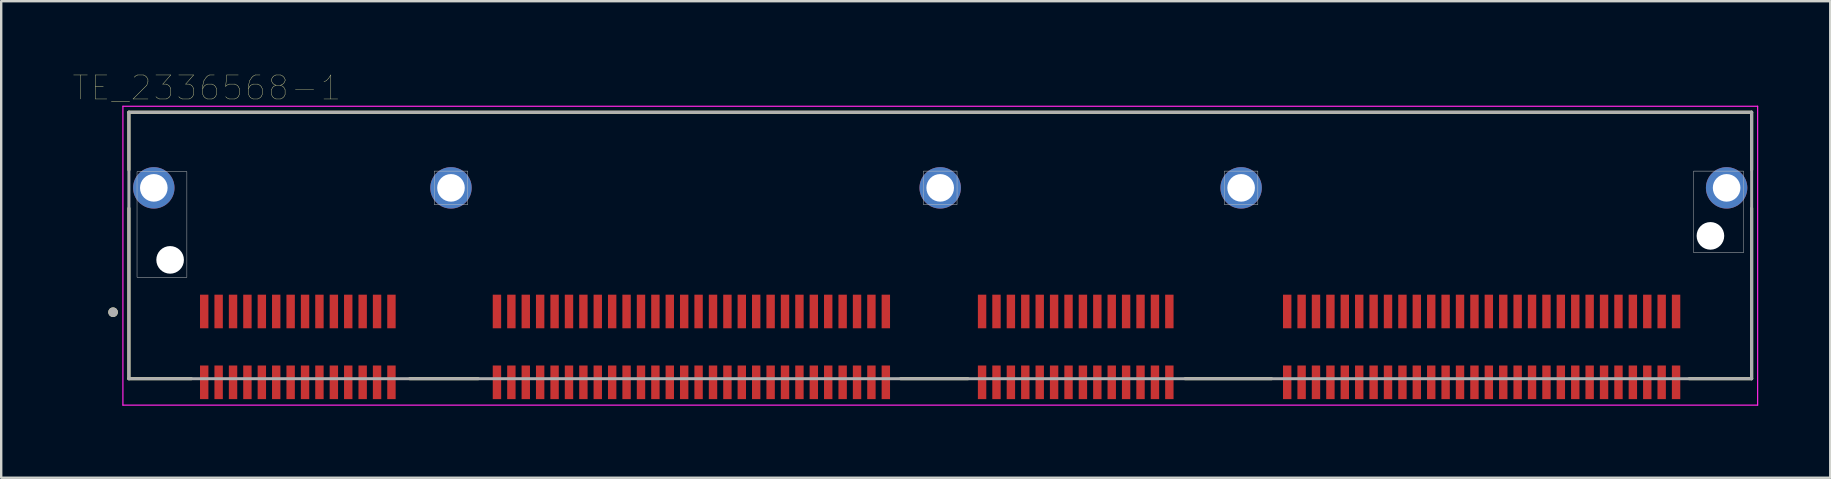
<source format=kicad_pcb>
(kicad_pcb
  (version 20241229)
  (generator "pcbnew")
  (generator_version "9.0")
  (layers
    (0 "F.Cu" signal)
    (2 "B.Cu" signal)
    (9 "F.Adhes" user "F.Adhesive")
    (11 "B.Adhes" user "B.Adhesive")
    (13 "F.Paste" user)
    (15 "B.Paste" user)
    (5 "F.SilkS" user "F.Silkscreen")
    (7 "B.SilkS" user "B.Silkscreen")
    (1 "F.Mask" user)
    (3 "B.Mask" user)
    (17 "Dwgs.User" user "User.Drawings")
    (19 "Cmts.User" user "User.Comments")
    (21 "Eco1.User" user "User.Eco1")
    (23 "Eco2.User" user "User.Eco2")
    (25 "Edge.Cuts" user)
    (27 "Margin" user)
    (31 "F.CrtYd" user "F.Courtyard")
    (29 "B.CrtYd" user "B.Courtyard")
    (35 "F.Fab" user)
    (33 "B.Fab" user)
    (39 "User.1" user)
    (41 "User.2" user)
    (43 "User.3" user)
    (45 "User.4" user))
  (footprint "TE_2336568-1"
    (layer "F.Cu")
    (at 36.12 7.776)
    (property "Reference" "TE_2336568-1" (at -30.555 -7.165 0) (layer "F.SilkS") (effects (font (size 1 1) (thickness 0.015))))
    (attr through_hole)
    (fp_line (start -33.8 -6.15) (end 33.8 -6.15) (stroke (width 0.127) (type solid)) (layer "F.SilkS"))
    (fp_line (start -33.8 -3.75) (end -33.8 -6.15) (stroke (width 0.127) (type solid)) (layer "F.SilkS"))
    (fp_line (start -33.8 4.95) (end -33.8 -2.15) (stroke (width 0.127) (type solid)) (layer "F.SilkS"))
    (fp_line (start -33.8 4.95) (end -31.2 4.95) (stroke (width 0.127) (type solid)) (layer "F.SilkS"))
    (fp_line (start -22.1 4.95) (end -19.25 4.95) (stroke (width 0.127) (type solid)) (layer "F.SilkS"))
    (fp_line (start -1.65 4.95) (end 1.15 4.95) (stroke (width 0.127) (type solid)) (layer "F.SilkS"))
    (fp_line (start 10.2 4.95) (end 13.8 4.95) (stroke (width 0.127) (type solid)) (layer "F.SilkS"))
    (fp_line (start 33.8 -6.15) (end 33.8 -3.75) (stroke (width 0.127) (type solid)) (layer "F.SilkS"))
    (fp_line (start 33.8 -2.15) (end 33.8 4.95) (stroke (width 0.127) (type solid)) (layer "F.SilkS"))
    (fp_line (start 33.8 4.95) (end 31.2 4.95) (stroke (width 0.127) (type solid)) (layer "F.SilkS"))
    (fp_circle (center -34.46 2.18) (end -34.36 2.18) (stroke (width 0.2) (type solid)) (fill no) (layer "F.SilkS"))
    (fp_poly (pts (xy -33.462 -3.675) (xy -31.383 -3.675) (xy -31.383 0.725) (xy -33.462 0.725)) (stroke (width 0.01) (type solid)) (fill no) (layer "Dwgs.User"))
    (fp_poly (pts (xy -33.462 -3.675) (xy -31.383 -3.675) (xy -31.383 0.725) (xy -33.462 0.725)) (stroke (width 0.01) (type solid)) (fill no) (layer "Dwgs.User"))
    (fp_poly (pts (xy -21.082 -3.7) (xy -19.683 -3.7) (xy -19.683 -2.3) (xy -21.082 -2.3)) (stroke (width 0.01) (type solid)) (fill no) (layer "Dwgs.User"))
    (fp_poly (pts (xy -21.082 -3.7) (xy -19.683 -3.7) (xy -19.683 -2.3) (xy -21.082 -2.3)) (stroke (width 0.01) (type solid)) (fill no) (layer "Dwgs.User"))
    (fp_poly (pts (xy -0.703 -3.7) (xy 0.698 -3.7) (xy 0.698 -2.3) (xy -0.703 -2.3)) (stroke (width 0.01) (type solid)) (fill no) (layer "Dwgs.User"))
    (fp_poly (pts (xy -0.703 -3.7) (xy 0.698 -3.7) (xy 0.698 -2.3) (xy -0.703 -2.3)) (stroke (width 0.01) (type solid)) (fill no) (layer "Dwgs.User"))
    (fp_poly (pts (xy 11.832 -3.7) (xy 13.232 -3.7) (xy 13.232 -2.3) (xy 11.832 -2.3)) (stroke (width 0.01) (type solid)) (fill no) (layer "Dwgs.User"))
    (fp_poly (pts (xy 11.832 -3.7) (xy 13.232 -3.7) (xy 13.232 -2.3) (xy 11.832 -2.3)) (stroke (width 0.01) (type solid)) (fill no) (layer "Dwgs.User"))
    (fp_poly (pts (xy 31.383 -3.7) (xy 33.462 -3.7) (xy 33.462 -0.3) (xy 31.383 -0.3)) (stroke (width 0.01) (type solid)) (fill no) (layer "Dwgs.User"))
    (fp_poly (pts (xy 31.383 -3.7) (xy 33.462 -3.7) (xy 33.462 -0.3) (xy 31.383 -0.3)) (stroke (width 0.01) (type solid)) (fill no) (layer "Dwgs.User"))
    (fp_line (start -34.05 -6.4) (end 34.05 -6.4) (stroke (width 0.05) (type solid)) (layer "F.CrtYd"))
    (fp_line (start -34.05 6.05) (end -34.05 -6.4) (stroke (width 0.05) (type solid)) (layer "F.CrtYd"))
    (fp_line (start 34.05 -6.4) (end 34.05 6.05) (stroke (width 0.05) (type solid)) (layer "F.CrtYd"))
    (fp_line (start 34.05 6.05) (end -34.05 6.05) (stroke (width 0.05) (type solid)) (layer "F.CrtYd"))
    (fp_line (start -33.8 -6.15) (end 33.8 -6.15) (stroke (width 0.127) (type solid)) (layer "F.Fab"))
    (fp_line (start -33.8 4.95) (end -33.8 -6.15) (stroke (width 0.127) (type solid)) (layer "F.Fab"))
    (fp_line (start 33.8 -6.15) (end 33.8 4.95) (stroke (width 0.127) (type solid)) (layer "F.Fab"))
    (fp_line (start 33.8 4.95) (end -33.8 4.95) (stroke (width 0.127) (type solid)) (layer "F.Fab"))
    (fp_circle (center -34.46 2.18) (end -34.36 2.18) (stroke (width 0.2) (type solid)) (fill no) (layer "F.Fab"))
    (pad "" np_thru_hole circle (at -32.083 0) (size 1.15 1.15) (drill 1.15) (layers "*.Cu" "*.Mask"))
    (pad "" np_thru_hole circle (at 32.083 -1) (size 1.15 1.15) (drill 1.15) (layers "*.Cu" "*.Mask"))
    (pad "A1" smd rect (at -18.468 2.15) (size 0.35 1.4) (layers "F.Cu" "F.Mask" "F.Paste"))
    (pad "A2" smd rect (at -17.867 2.15) (size 0.35 1.4) (layers "F.Cu" "F.Mask" "F.Paste"))
    (pad "A3" smd rect (at -17.267 2.15) (size 0.35 1.4) (layers "F.Cu" "F.Mask" "F.Paste"))
    (pad "A4" smd rect (at -16.668 2.15) (size 0.35 1.4) (layers "F.Cu" "F.Mask" "F.Paste"))
    (pad "A5" smd rect (at -16.067 2.15) (size 0.35 1.4) (layers "F.Cu" "F.Mask" "F.Paste"))
    (pad "A6" smd rect (at -15.467 2.15) (size 0.35 1.4) (layers "F.Cu" "F.Mask" "F.Paste"))
    (pad "A7" smd rect (at -14.867 2.15) (size 0.35 1.4) (layers "F.Cu" "F.Mask" "F.Paste"))
    (pad "A8" smd rect (at -14.268 2.15) (size 0.35 1.4) (layers "F.Cu" "F.Mask" "F.Paste"))
    (pad "A9" smd rect (at -13.668 2.15) (size 0.35 1.4) (layers "F.Cu" "F.Mask" "F.Paste"))
    (pad "A10" smd rect (at -13.068 2.15) (size 0.35 1.4) (layers "F.Cu" "F.Mask" "F.Paste"))
    (pad "A11" smd rect (at -12.467 2.15) (size 0.35 1.4) (layers "F.Cu" "F.Mask" "F.Paste"))
    (pad "A12" smd rect (at -11.867 2.15) (size 0.35 1.4) (layers "F.Cu" "F.Mask" "F.Paste"))
    (pad "A13" smd rect (at -11.268 2.15) (size 0.35 1.4) (layers "F.Cu" "F.Mask" "F.Paste"))
    (pad "A14" smd rect (at -10.668 2.15) (size 0.35 1.4) (layers "F.Cu" "F.Mask" "F.Paste"))
    (pad "A15" smd rect (at -10.068 2.15) (size 0.35 1.4) (layers "F.Cu" "F.Mask" "F.Paste"))
    (pad "A16" smd rect (at -9.467 2.15) (size 0.35 1.4) (layers "F.Cu" "F.Mask" "F.Paste"))
    (pad "A17" smd rect (at -8.867 2.15) (size 0.35 1.4) (layers "F.Cu" "F.Mask" "F.Paste"))
    (pad "A18" smd rect (at -8.268 2.15) (size 0.35 1.4) (layers "F.Cu" "F.Mask" "F.Paste"))
    (pad "A19" smd rect (at -7.668 2.15) (size 0.35 1.4) (layers "F.Cu" "F.Mask" "F.Paste"))
    (pad "A20" smd rect (at -7.067 2.15) (size 0.35 1.4) (layers "F.Cu" "F.Mask" "F.Paste"))
    (pad "A21" smd rect (at -6.468 2.15) (size 0.35 1.4) (layers "F.Cu" "F.Mask" "F.Paste"))
    (pad "A22" smd rect (at -5.867 2.15) (size 0.35 1.4) (layers "F.Cu" "F.Mask" "F.Paste"))
    (pad "A23" smd rect (at -5.268 2.15) (size 0.35 1.4) (layers "F.Cu" "F.Mask" "F.Paste"))
    (pad "A24" smd rect (at -4.668 2.15) (size 0.35 1.4) (layers "F.Cu" "F.Mask" "F.Paste"))
    (pad "A25" smd rect (at -4.067 2.15) (size 0.35 1.4) (layers "F.Cu" "F.Mask" "F.Paste"))
    (pad "A26" smd rect (at -3.467 2.15) (size 0.35 1.4) (layers "F.Cu" "F.Mask" "F.Paste"))
    (pad "A27" smd rect (at -2.868 2.15) (size 0.35 1.4) (layers "F.Cu" "F.Mask" "F.Paste"))
    (pad "A28" smd rect (at -2.268 2.15) (size 0.35 1.4) (layers "F.Cu" "F.Mask" "F.Paste"))
    (pad "A29" smd rect (at 1.742 2.15) (size 0.35 1.4) (layers "F.Cu" "F.Mask" "F.Paste"))
    (pad "A30" smd rect (at 2.342 2.15) (size 0.35 1.4) (layers "F.Cu" "F.Mask" "F.Paste"))
    (pad "A31" smd rect (at 2.942 2.15) (size 0.35 1.4) (layers "F.Cu" "F.Mask" "F.Paste"))
    (pad "A32" smd rect (at 3.542 2.15) (size 0.35 1.4) (layers "F.Cu" "F.Mask" "F.Paste"))
    (pad "A33" smd rect (at 4.143 2.15) (size 0.35 1.4) (layers "F.Cu" "F.Mask" "F.Paste"))
    (pad "A34" smd rect (at 4.742 2.15) (size 0.35 1.4) (layers "F.Cu" "F.Mask" "F.Paste"))
    (pad "A35" smd rect (at 5.343 2.15) (size 0.35 1.4) (layers "F.Cu" "F.Mask" "F.Paste"))
    (pad "A36" smd rect (at 5.942 2.15) (size 0.35 1.4) (layers "F.Cu" "F.Mask" "F.Paste"))
    (pad "A37" smd rect (at 6.543 2.15) (size 0.35 1.4) (layers "F.Cu" "F.Mask" "F.Paste"))
    (pad "A38" smd rect (at 7.143 2.15) (size 0.35 1.4) (layers "F.Cu" "F.Mask" "F.Paste"))
    (pad "A39" smd rect (at 7.742 2.15) (size 0.35 1.4) (layers "F.Cu" "F.Mask" "F.Paste"))
    (pad "A40" smd rect (at 8.342 2.15) (size 0.35 1.4) (layers "F.Cu" "F.Mask" "F.Paste"))
    (pad "A41" smd rect (at 8.943 2.15) (size 0.35 1.4) (layers "F.Cu" "F.Mask" "F.Paste"))
    (pad "A42" smd rect (at 9.543 2.15) (size 0.35 1.4) (layers "F.Cu" "F.Mask" "F.Paste"))
    (pad "A43" smd rect (at 14.453 2.15) (size 0.35 1.4) (layers "F.Cu" "F.Mask" "F.Paste"))
    (pad "A44" smd rect (at 15.053 2.15) (size 0.35 1.4) (layers "F.Cu" "F.Mask" "F.Paste"))
    (pad "A45" smd rect (at 15.652 2.15) (size 0.35 1.4) (layers "F.Cu" "F.Mask" "F.Paste"))
    (pad "A46" smd rect (at 16.253 2.15) (size 0.35 1.4) (layers "F.Cu" "F.Mask" "F.Paste"))
    (pad "A47" smd rect (at 16.852 2.15) (size 0.35 1.4) (layers "F.Cu" "F.Mask" "F.Paste"))
    (pad "A48" smd rect (at 17.453 2.15) (size 0.35 1.4) (layers "F.Cu" "F.Mask" "F.Paste"))
    (pad "A49" smd rect (at 18.052 2.15) (size 0.35 1.4) (layers "F.Cu" "F.Mask" "F.Paste"))
    (pad "A50" smd rect (at 18.652 2.15) (size 0.35 1.4) (layers "F.Cu" "F.Mask" "F.Paste"))
    (pad "A51" smd rect (at 19.253 2.15) (size 0.35 1.4) (layers "F.Cu" "F.Mask" "F.Paste"))
    (pad "A52" smd rect (at 19.852 2.15) (size 0.35 1.4) (layers "F.Cu" "F.Mask" "F.Paste"))
    (pad "A53" smd rect (at 20.453 2.15) (size 0.35 1.4) (layers "F.Cu" "F.Mask" "F.Paste"))
    (pad "A54" smd rect (at 21.052 2.15) (size 0.35 1.4) (layers "F.Cu" "F.Mask" "F.Paste"))
    (pad "A55" smd rect (at 21.652 2.15) (size 0.35 1.4) (layers "F.Cu" "F.Mask" "F.Paste"))
    (pad "A56" smd rect (at 22.253 2.15) (size 0.35 1.4) (layers "F.Cu" "F.Mask" "F.Paste"))
    (pad "A57" smd rect (at 22.852 2.15) (size 0.35 1.4) (layers "F.Cu" "F.Mask" "F.Paste"))
    (pad "A58" smd rect (at 23.453 2.15) (size 0.35 1.4) (layers "F.Cu" "F.Mask" "F.Paste"))
    (pad "A59" smd rect (at 24.052 2.15) (size 0.35 1.4) (layers "F.Cu" "F.Mask" "F.Paste"))
    (pad "A60" smd rect (at 24.652 2.15) (size 0.35 1.4) (layers "F.Cu" "F.Mask" "F.Paste"))
    (pad "A61" smd rect (at 25.253 2.15) (size 0.35 1.4) (layers "F.Cu" "F.Mask" "F.Paste"))
    (pad "A62" smd rect (at 25.852 2.15) (size 0.35 1.4) (layers "F.Cu" "F.Mask" "F.Paste"))
    (pad "A63" smd rect (at 26.453 2.15) (size 0.35 1.4) (layers "F.Cu" "F.Mask" "F.Paste"))
    (pad "A64" smd rect (at 27.052 2.15) (size 0.35 1.4) (layers "F.Cu" "F.Mask" "F.Paste"))
    (pad "A65" smd rect (at 27.652 2.15) (size 0.35 1.4) (layers "F.Cu" "F.Mask" "F.Paste"))
    (pad "A66" smd rect (at 28.253 2.15) (size 0.35 1.4) (layers "F.Cu" "F.Mask" "F.Paste"))
    (pad "A67" smd rect (at 28.852 2.15) (size 0.35 1.4) (layers "F.Cu" "F.Mask" "F.Paste"))
    (pad "A68" smd rect (at 29.453 2.15) (size 0.35 1.4) (layers "F.Cu" "F.Mask" "F.Paste"))
    (pad "A69" smd rect (at 30.052 2.15) (size 0.35 1.4) (layers "F.Cu" "F.Mask" "F.Paste"))
    (pad "A70" smd rect (at 30.652 2.15) (size 0.35 1.4) (layers "F.Cu" "F.Mask" "F.Paste"))
    (pad "B1" smd rect (at -18.468 5.1) (size 0.35 1.4) (layers "F.Cu" "F.Mask" "F.Paste"))
    (pad "B2" smd rect (at -17.867 5.1) (size 0.35 1.4) (layers "F.Cu" "F.Mask" "F.Paste"))
    (pad "B3" smd rect (at -17.267 5.1) (size 0.35 1.4) (layers "F.Cu" "F.Mask" "F.Paste"))
    (pad "B4" smd rect (at -16.668 5.1) (size 0.35 1.4) (layers "F.Cu" "F.Mask" "F.Paste"))
    (pad "B5" smd rect (at -16.067 5.1) (size 0.35 1.4) (layers "F.Cu" "F.Mask" "F.Paste"))
    (pad "B6" smd rect (at -15.467 5.1) (size 0.35 1.4) (layers "F.Cu" "F.Mask" "F.Paste"))
    (pad "B7" smd rect (at -14.867 5.1) (size 0.35 1.4) (layers "F.Cu" "F.Mask" "F.Paste"))
    (pad "B8" smd rect (at -14.268 5.1) (size 0.35 1.4) (layers "F.Cu" "F.Mask" "F.Paste"))
    (pad "B9" smd rect (at -13.668 5.1) (size 0.35 1.4) (layers "F.Cu" "F.Mask" "F.Paste"))
    (pad "B10" smd rect (at -13.068 5.1) (size 0.35 1.4) (layers "F.Cu" "F.Mask" "F.Paste"))
    (pad "B11" smd rect (at -12.467 5.1) (size 0.35 1.4) (layers "F.Cu" "F.Mask" "F.Paste"))
    (pad "B12" smd rect (at -11.867 5.1) (size 0.35 1.4) (layers "F.Cu" "F.Mask" "F.Paste"))
    (pad "B13" smd rect (at -11.268 5.1) (size 0.35 1.4) (layers "F.Cu" "F.Mask" "F.Paste"))
    (pad "B14" smd rect (at -10.668 5.1) (size 0.35 1.4) (layers "F.Cu" "F.Mask" "F.Paste"))
    (pad "B15" smd rect (at -10.068 5.1) (size 0.35 1.4) (layers "F.Cu" "F.Mask" "F.Paste"))
    (pad "B16" smd rect (at -9.467 5.1) (size 0.35 1.4) (layers "F.Cu" "F.Mask" "F.Paste"))
    (pad "B17" smd rect (at -8.867 5.1) (size 0.35 1.4) (layers "F.Cu" "F.Mask" "F.Paste"))
    (pad "B18" smd rect (at -8.268 5.1) (size 0.35 1.4) (layers "F.Cu" "F.Mask" "F.Paste"))
    (pad "B19" smd rect (at -7.668 5.1) (size 0.35 1.4) (layers "F.Cu" "F.Mask" "F.Paste"))
    (pad "B20" smd rect (at -7.067 5.1) (size 0.35 1.4) (layers "F.Cu" "F.Mask" "F.Paste"))
    (pad "B21" smd rect (at -6.468 5.1) (size 0.35 1.4) (layers "F.Cu" "F.Mask" "F.Paste"))
    (pad "B22" smd rect (at -5.867 5.1) (size 0.35 1.4) (layers "F.Cu" "F.Mask" "F.Paste"))
    (pad "B23" smd rect (at -5.268 5.1) (size 0.35 1.4) (layers "F.Cu" "F.Mask" "F.Paste"))
    (pad "B24" smd rect (at -4.668 5.1) (size 0.35 1.4) (layers "F.Cu" "F.Mask" "F.Paste"))
    (pad "B25" smd rect (at -4.067 5.1) (size 0.35 1.4) (layers "F.Cu" "F.Mask" "F.Paste"))
    (pad "B26" smd rect (at -3.467 5.1) (size 0.35 1.4) (layers "F.Cu" "F.Mask" "F.Paste"))
    (pad "B27" smd rect (at -2.868 5.1) (size 0.35 1.4) (layers "F.Cu" "F.Mask" "F.Paste"))
    (pad "B28" smd rect (at -2.268 5.1) (size 0.35 1.4) (layers "F.Cu" "F.Mask" "F.Paste"))
    (pad "B29" smd rect (at 1.742 5.1) (size 0.35 1.4) (layers "F.Cu" "F.Mask" "F.Paste"))
    (pad "B30" smd rect (at 2.342 5.1) (size 0.35 1.4) (layers "F.Cu" "F.Mask" "F.Paste"))
    (pad "B31" smd rect (at 2.942 5.1) (size 0.35 1.4) (layers "F.Cu" "F.Mask" "F.Paste"))
    (pad "B32" smd rect (at 3.542 5.1) (size 0.35 1.4) (layers "F.Cu" "F.Mask" "F.Paste"))
    (pad "B33" smd rect (at 4.143 5.1) (size 0.35 1.4) (layers "F.Cu" "F.Mask" "F.Paste"))
    (pad "B34" smd rect (at 4.742 5.1) (size 0.35 1.4) (layers "F.Cu" "F.Mask" "F.Paste"))
    (pad "B35" smd rect (at 5.343 5.1) (size 0.35 1.4) (layers "F.Cu" "F.Mask" "F.Paste"))
    (pad "B36" smd rect (at 5.942 5.1) (size 0.35 1.4) (layers "F.Cu" "F.Mask" "F.Paste"))
    (pad "B37" smd rect (at 6.543 5.1) (size 0.35 1.4) (layers "F.Cu" "F.Mask" "F.Paste"))
    (pad "B38" smd rect (at 7.143 5.1) (size 0.35 1.4) (layers "F.Cu" "F.Mask" "F.Paste"))
    (pad "B39" smd rect (at 7.742 5.1) (size 0.35 1.4) (layers "F.Cu" "F.Mask" "F.Paste"))
    (pad "B40" smd rect (at 8.342 5.1) (size 0.35 1.4) (layers "F.Cu" "F.Mask" "F.Paste"))
    (pad "B41" smd rect (at 8.943 5.1) (size 0.35 1.4) (layers "F.Cu" "F.Mask" "F.Paste"))
    (pad "B42" smd rect (at 9.543 5.1) (size 0.35 1.4) (layers "F.Cu" "F.Mask" "F.Paste"))
    (pad "B43" smd rect (at 14.453 5.1) (size 0.35 1.4) (layers "F.Cu" "F.Mask" "F.Paste"))
    (pad "B44" smd rect (at 15.053 5.1) (size 0.35 1.4) (layers "F.Cu" "F.Mask" "F.Paste"))
    (pad "B45" smd rect (at 15.652 5.1) (size 0.35 1.4) (layers "F.Cu" "F.Mask" "F.Paste"))
    (pad "B46" smd rect (at 16.253 5.1) (size 0.35 1.4) (layers "F.Cu" "F.Mask" "F.Paste"))
    (pad "B47" smd rect (at 16.852 5.1) (size 0.35 1.4) (layers "F.Cu" "F.Mask" "F.Paste"))
    (pad "B48" smd rect (at 17.453 5.1) (size 0.35 1.4) (layers "F.Cu" "F.Mask" "F.Paste"))
    (pad "B49" smd rect (at 18.052 5.1) (size 0.35 1.4) (layers "F.Cu" "F.Mask" "F.Paste"))
    (pad "B50" smd rect (at 18.652 5.1) (size 0.35 1.4) (layers "F.Cu" "F.Mask" "F.Paste"))
    (pad "B51" smd rect (at 19.253 5.1) (size 0.35 1.4) (layers "F.Cu" "F.Mask" "F.Paste"))
    (pad "B52" smd rect (at 19.852 5.1) (size 0.35 1.4) (layers "F.Cu" "F.Mask" "F.Paste"))
    (pad "B53" smd rect (at 20.453 5.1) (size 0.35 1.4) (layers "F.Cu" "F.Mask" "F.Paste"))
    (pad "B54" smd rect (at 21.052 5.1) (size 0.35 1.4) (layers "F.Cu" "F.Mask" "F.Paste"))
    (pad "B55" smd rect (at 21.652 5.1) (size 0.35 1.4) (layers "F.Cu" "F.Mask" "F.Paste"))
    (pad "B56" smd rect (at 22.253 5.1) (size 0.35 1.4) (layers "F.Cu" "F.Mask" "F.Paste"))
    (pad "B57" smd rect (at 22.852 5.1) (size 0.35 1.4) (layers "F.Cu" "F.Mask" "F.Paste"))
    (pad "B58" smd rect (at 23.453 5.1) (size 0.35 1.4) (layers "F.Cu" "F.Mask" "F.Paste"))
    (pad "B59" smd rect (at 24.052 5.1) (size 0.35 1.4) (layers "F.Cu" "F.Mask" "F.Paste"))
    (pad "B60" smd rect (at 24.652 5.1) (size 0.35 1.4) (layers "F.Cu" "F.Mask" "F.Paste"))
    (pad "B61" smd rect (at 25.253 5.1) (size 0.35 1.4) (layers "F.Cu" "F.Mask" "F.Paste"))
    (pad "B62" smd rect (at 25.852 5.1) (size 0.35 1.4) (layers "F.Cu" "F.Mask" "F.Paste"))
    (pad "B63" smd rect (at 26.453 5.1) (size 0.35 1.4) (layers "F.Cu" "F.Mask" "F.Paste"))
    (pad "B64" smd rect (at 27.052 5.1) (size 0.35 1.4) (layers "F.Cu" "F.Mask" "F.Paste"))
    (pad "B65" smd rect (at 27.652 5.1) (size 0.35 1.4) (layers "F.Cu" "F.Mask" "F.Paste"))
    (pad "B66" smd rect (at 28.253 5.1) (size 0.35 1.4) (layers "F.Cu" "F.Mask" "F.Paste"))
    (pad "B67" smd rect (at 28.852 5.1) (size 0.35 1.4) (layers "F.Cu" "F.Mask" "F.Paste"))
    (pad "B68" smd rect (at 29.453 5.1) (size 0.35 1.4) (layers "F.Cu" "F.Mask" "F.Paste"))
    (pad "B69" smd rect (at 30.052 5.1) (size 0.35 1.4) (layers "F.Cu" "F.Mask" "F.Paste"))
    (pad "B70" smd rect (at 30.652 5.1) (size 0.35 1.4) (layers "F.Cu" "F.Mask" "F.Paste"))
    (pad "OA1" smd rect (at -30.663 2.15) (size 0.35 1.4) (layers "F.Cu" "F.Mask" "F.Paste"))
    (pad "OA2" smd rect (at -30.062 2.15) (size 0.35 1.4) (layers "F.Cu" "F.Mask" "F.Paste"))
    (pad "OA3" smd rect (at -29.462 2.15) (size 0.35 1.4) (layers "F.Cu" "F.Mask" "F.Paste"))
    (pad "OA4" smd rect (at -28.863 2.15) (size 0.35 1.4) (layers "F.Cu" "F.Mask" "F.Paste"))
    (pad "OA5" smd rect (at -28.262 2.15) (size 0.35 1.4) (layers "F.Cu" "F.Mask" "F.Paste"))
    (pad "OA6" smd rect (at -27.663 2.15) (size 0.35 1.4) (layers "F.Cu" "F.Mask" "F.Paste"))
    (pad "OA7" smd rect (at -27.062 2.15) (size 0.35 1.4) (layers "F.Cu" "F.Mask" "F.Paste"))
    (pad "OA8" smd rect (at -26.462 2.15) (size 0.35 1.4) (layers "F.Cu" "F.Mask" "F.Paste"))
    (pad "OA9" smd rect (at -25.863 2.15) (size 0.35 1.4) (layers "F.Cu" "F.Mask" "F.Paste"))
    (pad "OA10" smd rect (at -25.262 2.15) (size 0.35 1.4) (layers "F.Cu" "F.Mask" "F.Paste"))
    (pad "OA11" smd rect (at -24.663 2.15) (size 0.35 1.4) (layers "F.Cu" "F.Mask" "F.Paste"))
    (pad "OA12" smd rect (at -24.062 2.15) (size 0.35 1.4) (layers "F.Cu" "F.Mask" "F.Paste"))
    (pad "OA13" smd rect (at -23.462 2.15) (size 0.35 1.4) (layers "F.Cu" "F.Mask" "F.Paste"))
    (pad "OA14" smd rect (at -22.863 2.15) (size 0.35 1.4) (layers "F.Cu" "F.Mask" "F.Paste"))
    (pad "OB1" smd rect (at -30.663 5.1) (size 0.35 1.4) (layers "F.Cu" "F.Mask" "F.Paste"))
    (pad "OB2" smd rect (at -30.062 5.1) (size 0.35 1.4) (layers "F.Cu" "F.Mask" "F.Paste"))
    (pad "OB3" smd rect (at -29.462 5.1) (size 0.35 1.4) (layers "F.Cu" "F.Mask" "F.Paste"))
    (pad "OB4" smd rect (at -28.863 5.1) (size 0.35 1.4) (layers "F.Cu" "F.Mask" "F.Paste"))
    (pad "OB5" smd rect (at -28.262 5.1) (size 0.35 1.4) (layers "F.Cu" "F.Mask" "F.Paste"))
    (pad "OB6" smd rect (at -27.663 5.1) (size 0.35 1.4) (layers "F.Cu" "F.Mask" "F.Paste"))
    (pad "OB7" smd rect (at -27.062 5.1) (size 0.35 1.4) (layers "F.Cu" "F.Mask" "F.Paste"))
    (pad "OB8" smd rect (at -26.462 5.1) (size 0.35 1.4) (layers "F.Cu" "F.Mask" "F.Paste"))
    (pad "OB9" smd rect (at -25.863 5.1) (size 0.35 1.4) (layers "F.Cu" "F.Mask" "F.Paste"))
    (pad "OB10" smd rect (at -25.262 5.1) (size 0.35 1.4) (layers "F.Cu" "F.Mask" "F.Paste"))
    (pad "OB11" smd rect (at -24.663 5.1) (size 0.35 1.4) (layers "F.Cu" "F.Mask" "F.Paste"))
    (pad "OB12" smd rect (at -24.062 5.1) (size 0.35 1.4) (layers "F.Cu" "F.Mask" "F.Paste"))
    (pad "OB13" smd rect (at -23.462 5.1) (size 0.35 1.4) (layers "F.Cu" "F.Mask" "F.Paste"))
    (pad "OB14" smd rect (at -22.863 5.1) (size 0.35 1.4) (layers "F.Cu" "F.Mask" "F.Paste"))
    (pad "S1" thru_hole circle (at -32.763 -3) (size 1.725 1.725) (drill 1.15) (layers "*.Cu" "*.Mask"))
    (pad "S2" thru_hole circle (at -20.383 -3) (size 1.725 1.725) (drill 1.15) (layers "*.Cu" "*.Mask"))
    (pad "S3" thru_hole circle (at -0.003 -3) (size 1.725 1.725) (drill 1.15) (layers "*.Cu" "*.Mask"))
    (pad "S4" thru_hole circle (at 12.533 -3) (size 1.725 1.725) (drill 1.15) (layers "*.Cu" "*.Mask"))
    (pad "S5" thru_hole circle (at 32.758 -3) (size 1.725 1.725) (drill 1.15) (layers "*.Cu" "*.Mask")))
  (gr_rect
    (start -3 -3)
    (end 73.195 16.851)
    (stroke (width 0.1) (type default))
    (fill no)
    (layer "Edge.Cuts")))
</source>
